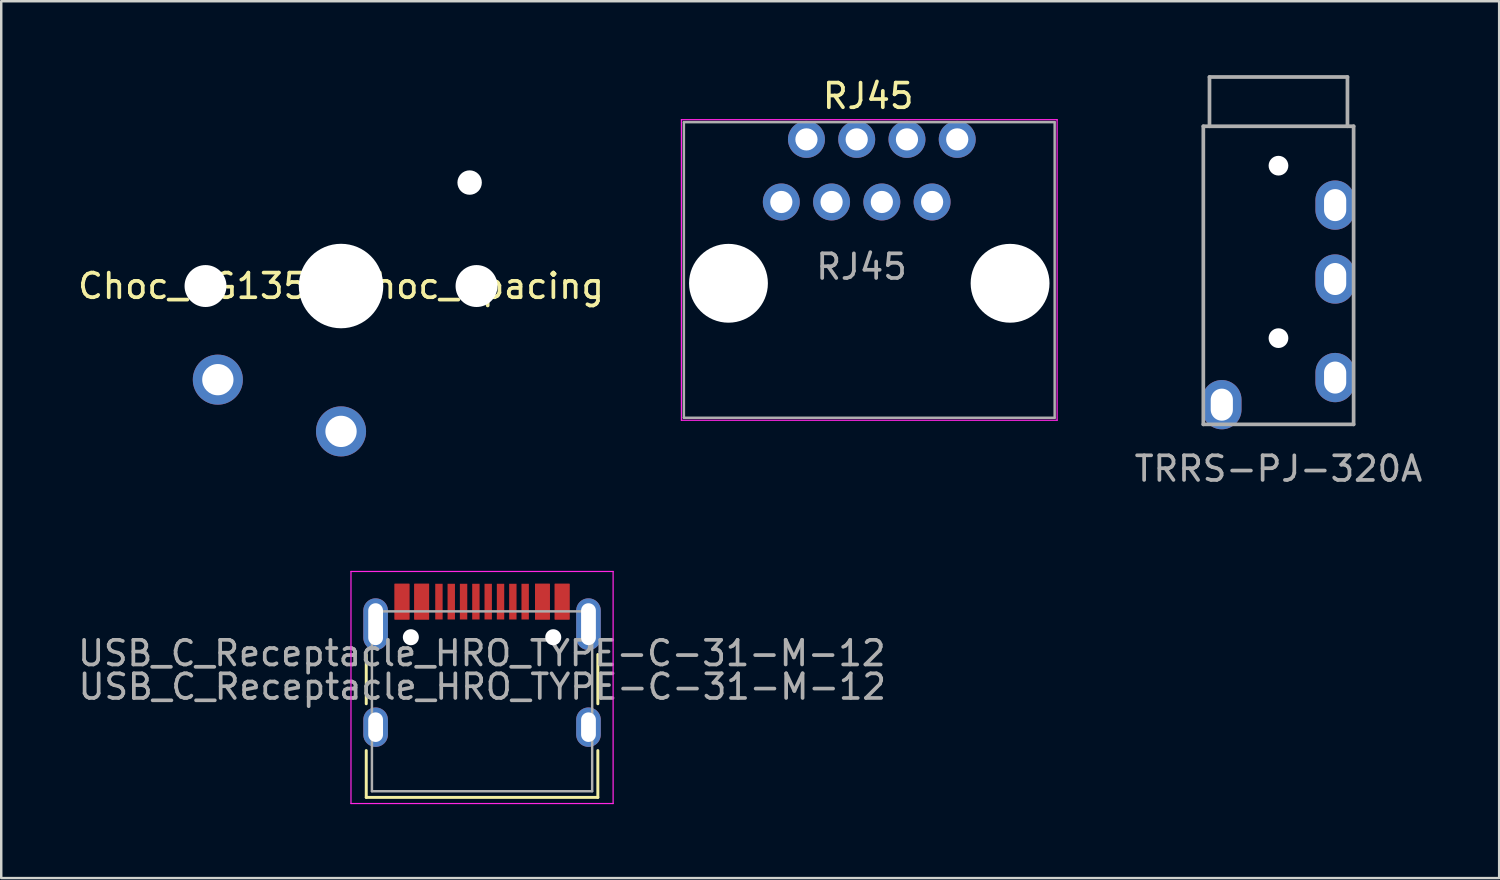
<source format=kicad_pcb>
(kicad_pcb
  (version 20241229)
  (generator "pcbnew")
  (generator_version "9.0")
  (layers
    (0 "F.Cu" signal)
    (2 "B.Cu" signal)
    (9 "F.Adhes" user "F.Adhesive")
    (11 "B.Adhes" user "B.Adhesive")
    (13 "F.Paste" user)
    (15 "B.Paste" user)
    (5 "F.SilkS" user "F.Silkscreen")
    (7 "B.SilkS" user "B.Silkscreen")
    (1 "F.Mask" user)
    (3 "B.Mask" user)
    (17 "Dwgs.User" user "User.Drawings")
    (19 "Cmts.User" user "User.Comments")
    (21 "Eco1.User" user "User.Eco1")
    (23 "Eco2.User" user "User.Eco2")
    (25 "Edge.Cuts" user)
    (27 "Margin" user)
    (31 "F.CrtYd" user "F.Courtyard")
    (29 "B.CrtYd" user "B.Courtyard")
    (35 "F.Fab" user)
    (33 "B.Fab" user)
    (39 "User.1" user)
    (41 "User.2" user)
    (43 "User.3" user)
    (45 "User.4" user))
  (footprint "Choc_PG1350_Choc_Spacing"
    (layer "F.Cu")
    (at 10.792 8.56)
    (property "Reference" "Choc_PG1350_Choc_Spacing" (at 0 0 0) (layer "F.SilkS") (effects (font (size 1 1) (thickness 0.15))))
    (attr through_hole)
    (fp_line (start -9 -8.5) (end 9 -8.5) (stroke (width 0.12) (type solid)) (layer "Eco1.User"))
    (fp_line (start -9 8.5) (end -9 -8.5) (stroke (width 0.12) (type solid)) (layer "Eco1.User"))
    (fp_line (start 9 -8.5) (end 9 8.5) (stroke (width 0.12) (type solid)) (layer "Eco1.User"))
    (fp_line (start 9 8.5) (end -9 8.5) (stroke (width 0.12) (type solid)) (layer "Eco1.User"))
    (fp_line (start -6.9 6.9) (end -6.9 -6.9) (stroke (width 0.15) (type solid)) (layer "Eco2.User"))
    (fp_line (start -6.9 6.9) (end 6.9 6.9) (stroke (width 0.15) (type solid)) (layer "Eco2.User"))
    (fp_line (start -2.6 -3.1) (end -2.6 -6.3) (stroke (width 0.15) (type solid)) (layer "Eco2.User"))
    (fp_line (start -2.6 -3.1) (end 2.6 -3.1) (stroke (width 0.15) (type solid)) (layer "Eco2.User"))
    (fp_line (start 2.6 -6.3) (end -2.6 -6.3) (stroke (width 0.15) (type solid)) (layer "Eco2.User"))
    (fp_line (start 2.6 -3.1) (end 2.6 -6.3) (stroke (width 0.15) (type solid)) (layer "Eco2.User"))
    (fp_line (start 6.9 -6.9) (end -6.9 -6.9) (stroke (width 0.15) (type solid)) (layer "Eco2.User"))
    (fp_line (start 6.9 -6.9) (end 6.9 6.9) (stroke (width 0.15) (type solid)) (layer "Eco2.User"))
    (pad "" np_thru_hole circle (at -5.5 0) (size 1.702 1.702) (drill 1.702) (layers "*.Cu" "*.Mask"))
    (pad "" np_thru_hole circle (at 0 0) (size 3.429 3.429) (drill 3.429) (layers "*.Cu" "*.Mask"))
    (pad "" np_thru_hole circle (at 5.22 -4.2) (size 0.991 0.991) (drill 0.991) (layers "*.Cu" "*.Mask"))
    (pad "" np_thru_hole circle (at 5.5 0) (size 1.702 1.702) (drill 1.702) (layers "*.Cu" "*.Mask"))
    (pad "1" thru_hole circle (at 0 5.9) (size 2.032 2.032) (drill 1.27) (layers "*.Cu" "*.Mask"))
    (pad "2" thru_hole circle (at -5 3.8) (size 2.032 2.032) (drill 1.27) (layers "*.Cu" "*.Mask")))
  (footprint "RJ45"
    (layer "F.Cu")
    (at 28.663 5.148)
    (property "Reference" "RJ45" (at 3.525 -4.3 0) (layer "F.SilkS") (effects (font (size 1 1) (thickness 0.15))))
    (attr through_hole)
    (fp_line (start -4.055 -3.34) (end -4.055 8.86) (stroke (width 0.05) (type default)) (layer "F.CrtYd"))
    (fp_line (start -4.055 8.86) (end 11.195 8.86) (stroke (width 0.05) (type default)) (layer "F.CrtYd"))
    (fp_line (start 11.195 -3.34) (end -4.055 -3.34) (stroke (width 0.05) (type default)) (layer "F.CrtYd"))
    (fp_line (start 11.195 8.86) (end 11.195 -3.34) (stroke (width 0.05) (type default)) (layer "F.CrtYd"))
    (fp_line (start -3.955 -3.24) (end 11.095 -3.24) (stroke (width 0.1) (type default)) (layer "F.Fab"))
    (fp_line (start -3.955 8.76) (end -3.955 -3.24) (stroke (width 0.1) (type default)) (layer "F.Fab"))
    (fp_line (start -3.955 8.76) (end 11.095 8.76) (stroke (width 0.1) (type default)) (layer "F.Fab"))
    (fp_line (start 11.095 -3.24) (end 11.095 8.76) (stroke (width 0.1) (type default)) (layer "F.Fab"))
    (fp_text user "${REFERENCE}" (at 3.255 2.63 0) (layer "F.Fab") (effects (font (size 1 1) (thickness 0.15))))
    (pad "" np_thru_hole circle (at -2.145 3.3) (size 3.2 3.2) (drill 3.2) (layers "*.Cu" "*.Mask"))
    (pad "" np_thru_hole circle (at 9.285 3.3) (size 3.2 3.2) (drill 3.2) (layers "*.Cu" "*.Mask"))
    (pad "1" thru_hole circle (at 0 0) (size 1.5 1.5) (drill 0.9) (layers "*.Cu" "*.Mask"))
    (pad "2" thru_hole circle (at 1.02 -2.54) (size 1.5 1.5) (drill 0.9) (layers "*.Cu" "*.Mask"))
    (pad "3" thru_hole circle (at 2.04 0) (size 1.5 1.5) (drill 0.9) (layers "*.Cu" "*.Mask"))
    (pad "4" thru_hole circle (at 3.06 -2.54) (size 1.5 1.5) (drill 0.9) (layers "*.Cu" "*.Mask"))
    (pad "5" thru_hole circle (at 4.08 0) (size 1.5 1.5) (drill 0.9) (layers "*.Cu" "*.Mask"))
    (pad "6" thru_hole circle (at 5.1 -2.54) (size 1.5 1.5) (drill 0.9) (layers "*.Cu" "*.Mask"))
    (pad "7" thru_hole circle (at 6.12 0) (size 1.5 1.5) (drill 0.9) (layers "*.Cu" "*.Mask"))
    (pad "8" thru_hole circle (at 7.14 -2.54) (size 1.5 1.5) (drill 0.9) (layers "*.Cu" "*.Mask")))
  (footprint "USB_C_Receptacle_HRO_TYPE-C-31-M-12"
    (layer "F.Cu")
    (at 16.516 25.415)
    (property "Reference" "USB_C_Receptacle_HRO_TYPE-C-31-M-12" (at -0.01 -1.95 180) (layer "F.Fab") (effects (font (size 1 1) (thickness 0.15))))
    (attr smd)
    (fp_line (start -4.7 -1.9) (end -4.7 0.1) (stroke (width 0.12) (type solid)) (layer "F.SilkS"))
    (fp_line (start -4.7 2) (end -4.7 3.9) (stroke (width 0.12) (type solid)) (layer "F.SilkS"))
    (fp_line (start -4.7 3.9) (end 4.7 3.9) (stroke (width 0.12) (type solid)) (layer "F.SilkS"))
    (fp_line (start 4.7 -1.9) (end 4.7 0.1) (stroke (width 0.12) (type solid)) (layer "F.SilkS"))
    (fp_line (start 4.7 2) (end 4.7 3.9) (stroke (width 0.12) (type solid)) (layer "F.SilkS"))
    (fp_line (start -5.32 -5.27) (end -5.32 4.15) (stroke (width 0.05) (type solid)) (layer "F.CrtYd"))
    (fp_line (start -5.32 -5.27) (end 5.32 -5.27) (stroke (width 0.05) (type solid)) (layer "F.CrtYd"))
    (fp_line (start -5.32 4.15) (end 5.32 4.15) (stroke (width 0.05) (type solid)) (layer "F.CrtYd"))
    (fp_line (start 5.32 -5.27) (end 5.32 4.15) (stroke (width 0.05) (type solid)) (layer "F.CrtYd"))
    (fp_line (start -4.47 -3.65) (end -4.47 3.65) (stroke (width 0.1) (type solid)) (layer "F.Fab"))
    (fp_line (start -4.47 -3.65) (end 4.47 -3.65) (stroke (width 0.1) (type solid)) (layer "F.Fab"))
    (fp_line (start -4.47 3.65) (end 4.47 3.65) (stroke (width 0.1) (type solid)) (layer "F.Fab"))
    (fp_line (start 4.47 -3.65) (end 4.47 3.65) (stroke (width 0.1) (type solid)) (layer "F.Fab"))
    (fp_text user "${REFERENCE}" (at 0.01 -0.59 180) (layer "F.Fab") (effects (font (size 1 1) (thickness 0.15))))
    (pad "" np_thru_hole circle (at -2.89 -2.6) (size 0.65 0.65) (drill 0.65) (layers "*.Cu" "*.Mask"))
    (pad "" np_thru_hole circle (at 2.89 -2.6) (size 0.65 0.65) (drill 0.65) (layers "*.Cu" "*.Mask"))
    (pad "A1" smd rect (at -3.25 -4.045) (size 0.6 1.45) (layers "F.Cu" "F.Mask" "F.Paste"))
    (pad "A4" smd rect (at -2.45 -4.045) (size 0.6 1.45) (layers "F.Cu" "F.Mask" "F.Paste"))
    (pad "A5" smd rect (at -1.25 -4.045) (size 0.3 1.45) (layers "F.Cu" "F.Mask" "F.Paste"))
    (pad "A6" smd rect (at -0.25 -4.045) (size 0.3 1.45) (layers "F.Cu" "F.Mask" "F.Paste"))
    (pad "A7" smd rect (at 0.25 -4.045) (size 0.3 1.45) (layers "F.Cu" "F.Mask" "F.Paste"))
    (pad "A8" smd rect (at 1.25 -4.045) (size 0.3 1.45) (layers "F.Cu" "F.Mask" "F.Paste"))
    (pad "A9" smd rect (at 2.45 -4.045) (size 0.6 1.45) (layers "F.Cu" "F.Mask" "F.Paste"))
    (pad "A12" smd rect (at 3.25 -4.045) (size 0.6 1.45) (layers "F.Cu" "F.Mask" "F.Paste"))
    (pad "B1" smd rect (at 3.25 -4.045) (size 0.6 1.45) (layers "F.Cu" "F.Mask" "F.Paste"))
    (pad "B4" smd rect (at 2.45 -4.045) (size 0.6 1.45) (layers "F.Cu" "F.Mask" "F.Paste"))
    (pad "B5" smd rect (at 1.75 -4.045) (size 0.3 1.45) (layers "F.Cu" "F.Mask" "F.Paste"))
    (pad "B6" smd rect (at 0.75 -4.045) (size 0.3 1.45) (layers "F.Cu" "F.Mask" "F.Paste"))
    (pad "B7" smd rect (at -0.75 -4.045) (size 0.3 1.45) (layers "F.Cu" "F.Mask" "F.Paste"))
    (pad "B8" smd rect (at -1.75 -4.045) (size 0.3 1.45) (layers "F.Cu" "F.Mask" "F.Paste"))
    (pad "B9" smd rect (at -2.45 -4.045) (size 0.6 1.45) (layers "F.Cu" "F.Mask" "F.Paste"))
    (pad "B12" smd rect (at -3.25 -4.045) (size 0.6 1.45) (layers "F.Cu" "F.Mask" "F.Paste"))
    (pad "S1" thru_hole oval (at -4.32 -3.13) (size 1 2.1) (drill oval 0.6 1.7) (layers "*.Cu" "*.Mask"))
    (pad "S1" thru_hole oval (at -4.32 1.05) (size 1 1.6) (drill oval 0.6 1.2) (layers "*.Cu" "*.Mask"))
    (pad "S1" thru_hole oval (at 4.32 -3.13) (size 1 2.1) (drill oval 0.6 1.7) (layers "*.Cu" "*.Mask"))
    (pad "S1" thru_hole oval (at 4.32 1.05) (size 1 1.6) (drill oval 0.6 1.2) (layers "*.Cu" "*.Mask")))
  (footprint "TRRS-PJ-320A"
    (layer "F.Cu")
    (at 48.842 2.075)
    (property "Reference" "TRRS-PJ-320A" (at 0 13.9 180) (layer "F.Fab") (effects (font (size 1 1) (thickness 0.15))))
    (attr through_hole)
    (fp_line (start -3.05 0) (end -3.05 12.1) (stroke (width 0.15) (type solid)) (layer "F.Fab"))
    (fp_line (start -2.8 0) (end -2.8 -2) (stroke (width 0.15) (type solid)) (layer "F.Fab"))
    (fp_line (start 2.8 -2) (end -2.8 -2) (stroke (width 0.15) (type solid)) (layer "F.Fab"))
    (fp_line (start 2.8 0) (end 2.8 -2) (stroke (width 0.15) (type solid)) (layer "F.Fab"))
    (fp_line (start 3.05 0) (end -3.05 0) (stroke (width 0.15) (type solid)) (layer "F.Fab"))
    (fp_line (start 3.05 0) (end 3.05 12.1) (stroke (width 0.15) (type solid)) (layer "F.Fab"))
    (fp_line (start 3.05 12.1) (end -3.05 12.1) (stroke (width 0.15) (type solid)) (layer "F.Fab"))
    (pad "" np_thru_hole circle (at 0 1.6) (size 0.8 0.8) (drill 0.8) (layers "*.Cu" "*.Mask"))
    (pad "" np_thru_hole circle (at 0 8.6) (size 0.8 0.8) (drill 0.8) (layers "*.Cu" "*.Mask"))
    (pad "R1" thru_hole oval (at 2.3 6.2) (size 1.6 2) (drill oval 0.9 1.3) (layers "*.Cu" "*.Mask"))
    (pad "R2" thru_hole oval (at 2.3 3.2) (size 1.6 2) (drill oval 0.9 1.3) (layers "*.Cu" "*.Mask"))
    (pad "S" thru_hole oval (at -2.3 11.3) (size 1.6 2) (drill oval 0.9 1.3) (layers "*.Cu" "*.Mask"))
    (pad "T" thru_hole oval (at 2.3 10.2) (size 1.6 2) (drill oval 0.9 1.3) (layers "*.Cu" "*.Mask")))
  (gr_rect
    (start -3 -3)
    (end 57.8 32.59)
    (stroke (width 0.1) (type default))
    (fill no)
    (layer "Edge.Cuts")))
</source>
